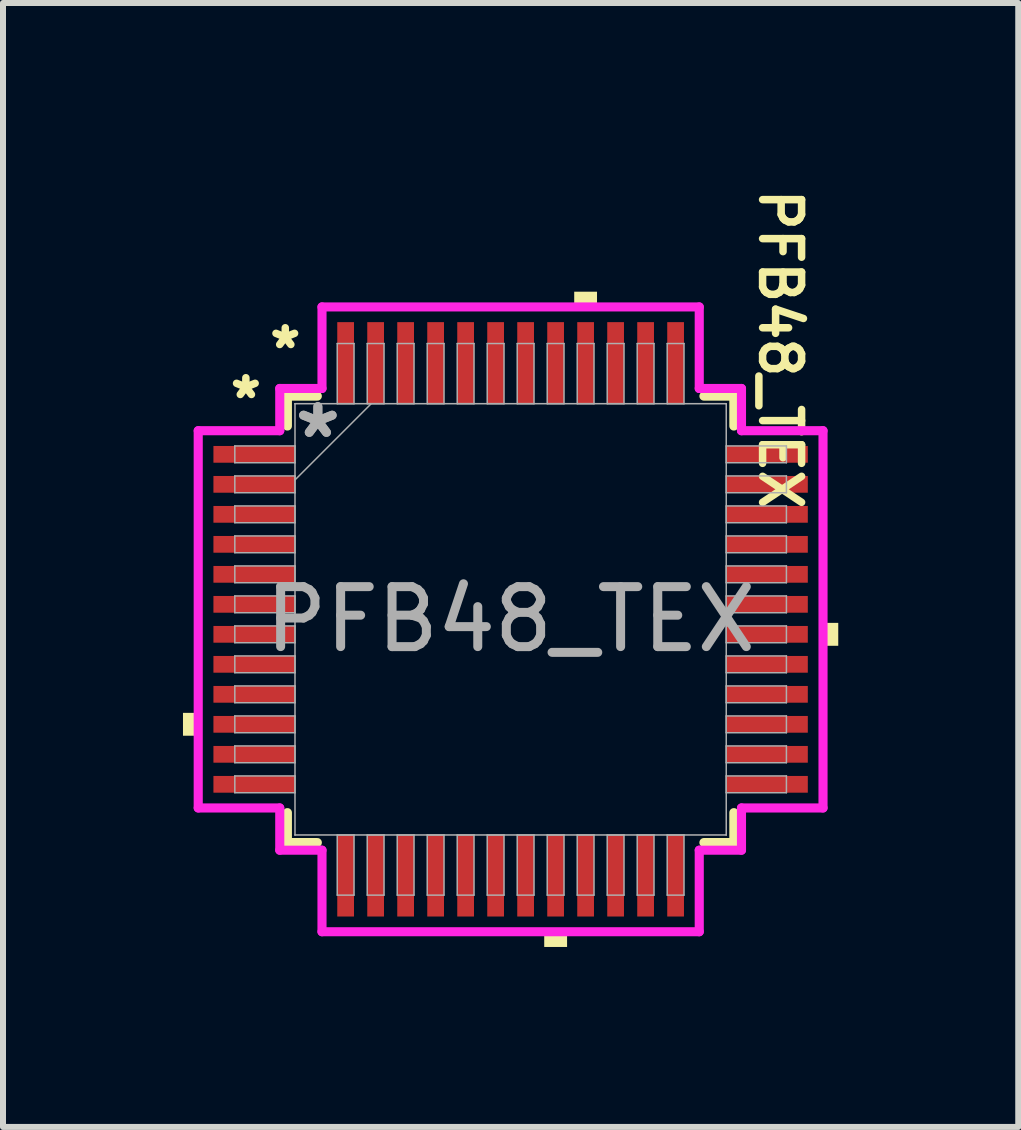
<source format=kicad_pcb>
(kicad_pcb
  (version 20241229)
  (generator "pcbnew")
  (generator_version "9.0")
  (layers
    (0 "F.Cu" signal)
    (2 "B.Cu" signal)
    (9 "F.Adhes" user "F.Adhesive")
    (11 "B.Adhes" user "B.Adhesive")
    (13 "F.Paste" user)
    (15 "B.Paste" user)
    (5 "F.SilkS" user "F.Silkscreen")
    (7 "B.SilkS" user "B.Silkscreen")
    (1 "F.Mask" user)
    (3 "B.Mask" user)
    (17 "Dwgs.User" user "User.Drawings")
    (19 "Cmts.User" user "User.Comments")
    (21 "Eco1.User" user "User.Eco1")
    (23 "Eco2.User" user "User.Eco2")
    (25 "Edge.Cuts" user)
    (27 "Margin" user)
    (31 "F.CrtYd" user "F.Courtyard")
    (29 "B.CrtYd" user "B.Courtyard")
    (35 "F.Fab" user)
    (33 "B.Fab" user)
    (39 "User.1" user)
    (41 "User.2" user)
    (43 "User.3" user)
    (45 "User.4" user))
  (footprint "PFB48_TEX"
    (layer "F.Cu")
    (at 5.461 7.273)
    (property "Reference" "PFB48_TEX" (at 4.494 -4.504 270) (unlocked yes) (layer "F.SilkS") (effects (font (size 0.65 0.65) (thickness 0.125))))
    (attr smd)
    (fp_line (start -3.721 -3.721) (end -3.721 -3.222) (stroke (width 0.152) (type solid)) (layer "F.SilkS"))
    (fp_line (start -3.721 3.222) (end -3.721 3.721) (stroke (width 0.152) (type solid)) (layer "F.SilkS"))
    (fp_line (start -3.721 3.721) (end -3.222 3.721) (stroke (width 0.152) (type solid)) (layer "F.SilkS"))
    (fp_line (start -3.222 -3.721) (end -3.721 -3.721) (stroke (width 0.152) (type solid)) (layer "F.SilkS"))
    (fp_line (start 3.222 3.721) (end 3.721 3.721) (stroke (width 0.152) (type solid)) (layer "F.SilkS"))
    (fp_line (start 3.721 -3.721) (end 3.222 -3.721) (stroke (width 0.152) (type solid)) (layer "F.SilkS"))
    (fp_line (start 3.721 -3.222) (end 3.721 -3.721) (stroke (width 0.152) (type solid)) (layer "F.SilkS"))
    (fp_line (start 3.721 3.721) (end 3.721 3.222) (stroke (width 0.152) (type solid)) (layer "F.SilkS"))
    (fp_poly (pts (xy -5.461 1.559) (xy -5.461 1.94) (xy -5.207 1.94) (xy -5.207 1.559)) (stroke (width 0) (type solid)) (fill yes) (layer "F.SilkS"))
    (fp_poly (pts (xy 0.56 5.207) (xy 0.56 5.461) (xy 0.941 5.461) (xy 0.941 5.207)) (stroke (width 0) (type solid)) (fill yes) (layer "F.SilkS"))
    (fp_poly (pts (xy 1.06 -5.207) (xy 1.06 -5.461) (xy 1.44 -5.461) (xy 1.44 -5.207)) (stroke (width 0) (type solid)) (fill yes) (layer "F.SilkS"))
    (fp_poly (pts (xy 5.461 0.059) (xy 5.461 0.441) (xy 5.207 0.441) (xy 5.207 0.059)) (stroke (width 0) (type solid)) (fill yes) (layer "F.SilkS"))
    (fp_line (start -5.207 -3.144) (end -3.848 -3.144) (stroke (width 0.152) (type solid)) (layer "F.CrtYd"))
    (fp_line (start -5.207 3.144) (end -5.207 -3.144) (stroke (width 0.152) (type solid)) (layer "F.CrtYd"))
    (fp_line (start -3.848 -3.848) (end -3.144 -3.848) (stroke (width 0.152) (type solid)) (layer "F.CrtYd"))
    (fp_line (start -3.848 -3.144) (end -3.848 -3.848) (stroke (width 0.152) (type solid)) (layer "F.CrtYd"))
    (fp_line (start -3.848 3.144) (end -5.207 3.144) (stroke (width 0.152) (type solid)) (layer "F.CrtYd"))
    (fp_line (start -3.848 3.848) (end -3.848 3.144) (stroke (width 0.152) (type solid)) (layer "F.CrtYd"))
    (fp_line (start -3.848 3.848) (end -3.144 3.848) (stroke (width 0.152) (type solid)) (layer "F.CrtYd"))
    (fp_line (start -3.144 -5.207) (end 3.144 -5.207) (stroke (width 0.152) (type solid)) (layer "F.CrtYd"))
    (fp_line (start -3.144 -3.848) (end -3.144 -5.207) (stroke (width 0.152) (type solid)) (layer "F.CrtYd"))
    (fp_line (start -3.144 3.848) (end -3.144 5.207) (stroke (width 0.152) (type solid)) (layer "F.CrtYd"))
    (fp_line (start -3.144 5.207) (end 3.144 5.207) (stroke (width 0.152) (type solid)) (layer "F.CrtYd"))
    (fp_line (start 3.144 -5.207) (end 3.144 -3.848) (stroke (width 0.152) (type solid)) (layer "F.CrtYd"))
    (fp_line (start 3.144 -3.848) (end 3.848 -3.848) (stroke (width 0.152) (type solid)) (layer "F.CrtYd"))
    (fp_line (start 3.144 3.848) (end 3.848 3.848) (stroke (width 0.152) (type solid)) (layer "F.CrtYd"))
    (fp_line (start 3.144 5.207) (end 3.144 3.848) (stroke (width 0.152) (type solid)) (layer "F.CrtYd"))
    (fp_line (start 3.848 -3.144) (end 3.848 -3.848) (stroke (width 0.152) (type solid)) (layer "F.CrtYd"))
    (fp_line (start 3.848 3.144) (end 5.207 3.144) (stroke (width 0.152) (type solid)) (layer "F.CrtYd"))
    (fp_line (start 3.848 3.848) (end 3.848 3.144) (stroke (width 0.152) (type solid)) (layer "F.CrtYd"))
    (fp_line (start 5.207 -3.144) (end 3.848 -3.144) (stroke (width 0.152) (type solid)) (layer "F.CrtYd"))
    (fp_line (start 5.207 3.144) (end 5.207 -3.144) (stroke (width 0.152) (type solid)) (layer "F.CrtYd"))
    (fp_line (start -4.597 -2.89) (end -4.597 -2.61) (stroke (width 0.025) (type solid)) (layer "F.Fab"))
    (fp_line (start -4.597 -2.61) (end -3.594 -2.61) (stroke (width 0.025) (type solid)) (layer "F.Fab"))
    (fp_line (start -4.597 -2.39) (end -4.597 -2.11) (stroke (width 0.025) (type solid)) (layer "F.Fab"))
    (fp_line (start -4.597 -2.11) (end -3.594 -2.11) (stroke (width 0.025) (type solid)) (layer "F.Fab"))
    (fp_line (start -4.597 -1.89) (end -4.597 -1.61) (stroke (width 0.025) (type solid)) (layer "F.Fab"))
    (fp_line (start -4.597 -1.61) (end -3.594 -1.61) (stroke (width 0.025) (type solid)) (layer "F.Fab"))
    (fp_line (start -4.597 -1.39) (end -4.597 -1.11) (stroke (width 0.025) (type solid)) (layer "F.Fab"))
    (fp_line (start -4.597 -1.11) (end -3.594 -1.11) (stroke (width 0.025) (type solid)) (layer "F.Fab"))
    (fp_line (start -4.597 -0.89) (end -4.597 -0.61) (stroke (width 0.025) (type solid)) (layer "F.Fab"))
    (fp_line (start -4.597 -0.61) (end -3.594 -0.61) (stroke (width 0.025) (type solid)) (layer "F.Fab"))
    (fp_line (start -4.597 -0.39) (end -4.597 -0.11) (stroke (width 0.025) (type solid)) (layer "F.Fab"))
    (fp_line (start -4.597 -0.11) (end -3.594 -0.11) (stroke (width 0.025) (type solid)) (layer "F.Fab"))
    (fp_line (start -4.597 0.11) (end -4.597 0.39) (stroke (width 0.025) (type solid)) (layer "F.Fab"))
    (fp_line (start -4.597 0.39) (end -3.594 0.39) (stroke (width 0.025) (type solid)) (layer "F.Fab"))
    (fp_line (start -4.597 0.61) (end -4.597 0.89) (stroke (width 0.025) (type solid)) (layer "F.Fab"))
    (fp_line (start -4.597 0.89) (end -3.594 0.89) (stroke (width 0.025) (type solid)) (layer "F.Fab"))
    (fp_line (start -4.597 1.11) (end -4.597 1.39) (stroke (width 0.025) (type solid)) (layer "F.Fab"))
    (fp_line (start -4.597 1.39) (end -3.594 1.39) (stroke (width 0.025) (type solid)) (layer "F.Fab"))
    (fp_line (start -4.597 1.61) (end -4.597 1.89) (stroke (width 0.025) (type solid)) (layer "F.Fab"))
    (fp_line (start -4.597 1.89) (end -3.594 1.89) (stroke (width 0.025) (type solid)) (layer "F.Fab"))
    (fp_line (start -4.597 2.11) (end -4.597 2.39) (stroke (width 0.025) (type solid)) (layer "F.Fab"))
    (fp_line (start -4.597 2.39) (end -3.594 2.39) (stroke (width 0.025) (type solid)) (layer "F.Fab"))
    (fp_line (start -4.597 2.61) (end -4.597 2.89) (stroke (width 0.025) (type solid)) (layer "F.Fab"))
    (fp_line (start -4.597 2.89) (end -3.594 2.89) (stroke (width 0.025) (type solid)) (layer "F.Fab"))
    (fp_line (start -3.594 -3.594) (end -3.594 -3.594) (stroke (width 0.025) (type solid)) (layer "F.Fab"))
    (fp_line (start -3.594 -3.594) (end -3.594 3.594) (stroke (width 0.025) (type solid)) (layer "F.Fab"))
    (fp_line (start -3.594 -2.89) (end -4.597 -2.89) (stroke (width 0.025) (type solid)) (layer "F.Fab"))
    (fp_line (start -3.594 -2.61) (end -3.594 -2.89) (stroke (width 0.025) (type solid)) (layer "F.Fab"))
    (fp_line (start -3.594 -2.39) (end -4.597 -2.39) (stroke (width 0.025) (type solid)) (layer "F.Fab"))
    (fp_line (start -3.594 -2.324) (end -2.324 -3.594) (stroke (width 0.025) (type solid)) (layer "F.Fab"))
    (fp_line (start -3.594 -2.11) (end -3.594 -2.39) (stroke (width 0.025) (type solid)) (layer "F.Fab"))
    (fp_line (start -3.594 -1.89) (end -4.597 -1.89) (stroke (width 0.025) (type solid)) (layer "F.Fab"))
    (fp_line (start -3.594 -1.61) (end -3.594 -1.89) (stroke (width 0.025) (type solid)) (layer "F.Fab"))
    (fp_line (start -3.594 -1.39) (end -4.597 -1.39) (stroke (width 0.025) (type solid)) (layer "F.Fab"))
    (fp_line (start -3.594 -1.11) (end -3.594 -1.39) (stroke (width 0.025) (type solid)) (layer "F.Fab"))
    (fp_line (start -3.594 -0.89) (end -4.597 -0.89) (stroke (width 0.025) (type solid)) (layer "F.Fab"))
    (fp_line (start -3.594 -0.61) (end -3.594 -0.89) (stroke (width 0.025) (type solid)) (layer "F.Fab"))
    (fp_line (start -3.594 -0.39) (end -4.597 -0.39) (stroke (width 0.025) (type solid)) (layer "F.Fab"))
    (fp_line (start -3.594 -0.11) (end -3.594 -0.39) (stroke (width 0.025) (type solid)) (layer "F.Fab"))
    (fp_line (start -3.594 0.11) (end -4.597 0.11) (stroke (width 0.025) (type solid)) (layer "F.Fab"))
    (fp_line (start -3.594 0.39) (end -3.594 0.11) (stroke (width 0.025) (type solid)) (layer "F.Fab"))
    (fp_line (start -3.594 0.61) (end -4.597 0.61) (stroke (width 0.025) (type solid)) (layer "F.Fab"))
    (fp_line (start -3.594 0.89) (end -3.594 0.61) (stroke (width 0.025) (type solid)) (layer "F.Fab"))
    (fp_line (start -3.594 1.11) (end -4.597 1.11) (stroke (width 0.025) (type solid)) (layer "F.Fab"))
    (fp_line (start -3.594 1.39) (end -3.594 1.11) (stroke (width 0.025) (type solid)) (layer "F.Fab"))
    (fp_line (start -3.594 1.61) (end -4.597 1.61) (stroke (width 0.025) (type solid)) (layer "F.Fab"))
    (fp_line (start -3.594 1.89) (end -3.594 1.61) (stroke (width 0.025) (type solid)) (layer "F.Fab"))
    (fp_line (start -3.594 2.11) (end -4.597 2.11) (stroke (width 0.025) (type solid)) (layer "F.Fab"))
    (fp_line (start -3.594 2.39) (end -3.594 2.11) (stroke (width 0.025) (type solid)) (layer "F.Fab"))
    (fp_line (start -3.594 2.61) (end -4.597 2.61) (stroke (width 0.025) (type solid)) (layer "F.Fab"))
    (fp_line (start -3.594 2.89) (end -3.594 2.61) (stroke (width 0.025) (type solid)) (layer "F.Fab"))
    (fp_line (start -3.594 3.594) (end -3.594 3.594) (stroke (width 0.025) (type solid)) (layer "F.Fab"))
    (fp_line (start -3.594 3.594) (end 3.594 3.594) (stroke (width 0.025) (type solid)) (layer "F.Fab"))
    (fp_line (start -2.89 -4.597) (end -2.89 -3.594) (stroke (width 0.025) (type solid)) (layer "F.Fab"))
    (fp_line (start -2.89 -3.594) (end -2.61 -3.594) (stroke (width 0.025) (type solid)) (layer "F.Fab"))
    (fp_line (start -2.89 3.594) (end -2.89 4.597) (stroke (width 0.025) (type solid)) (layer "F.Fab"))
    (fp_line (start -2.89 4.597) (end -2.61 4.597) (stroke (width 0.025) (type solid)) (layer "F.Fab"))
    (fp_line (start -2.61 -4.597) (end -2.89 -4.597) (stroke (width 0.025) (type solid)) (layer "F.Fab"))
    (fp_line (start -2.61 -3.594) (end -2.61 -4.597) (stroke (width 0.025) (type solid)) (layer "F.Fab"))
    (fp_line (start -2.61 3.594) (end -2.89 3.594) (stroke (width 0.025) (type solid)) (layer "F.Fab"))
    (fp_line (start -2.61 4.597) (end -2.61 3.594) (stroke (width 0.025) (type solid)) (layer "F.Fab"))
    (fp_line (start -2.39 -4.597) (end -2.39 -3.594) (stroke (width 0.025) (type solid)) (layer "F.Fab"))
    (fp_line (start -2.39 -3.594) (end -2.11 -3.594) (stroke (width 0.025) (type solid)) (layer "F.Fab"))
    (fp_line (start -2.39 3.594) (end -2.39 4.597) (stroke (width 0.025) (type solid)) (layer "F.Fab"))
    (fp_line (start -2.39 4.597) (end -2.11 4.597) (stroke (width 0.025) (type solid)) (layer "F.Fab"))
    (fp_line (start -2.11 -4.597) (end -2.39 -4.597) (stroke (width 0.025) (type solid)) (layer "F.Fab"))
    (fp_line (start -2.11 -3.594) (end -2.11 -4.597) (stroke (width 0.025) (type solid)) (layer "F.Fab"))
    (fp_line (start -2.11 3.594) (end -2.39 3.594) (stroke (width 0.025) (type solid)) (layer "F.Fab"))
    (fp_line (start -2.11 4.597) (end -2.11 3.594) (stroke (width 0.025) (type solid)) (layer "F.Fab"))
    (fp_line (start -1.89 -4.597) (end -1.89 -3.594) (stroke (width 0.025) (type solid)) (layer "F.Fab"))
    (fp_line (start -1.89 -3.594) (end -1.61 -3.594) (stroke (width 0.025) (type solid)) (layer "F.Fab"))
    (fp_line (start -1.89 3.594) (end -1.89 4.597) (stroke (width 0.025) (type solid)) (layer "F.Fab"))
    (fp_line (start -1.89 4.597) (end -1.61 4.597) (stroke (width 0.025) (type solid)) (layer "F.Fab"))
    (fp_line (start -1.61 -4.597) (end -1.89 -4.597) (stroke (width 0.025) (type solid)) (layer "F.Fab"))
    (fp_line (start -1.61 -3.594) (end -1.61 -4.597) (stroke (width 0.025) (type solid)) (layer "F.Fab"))
    (fp_line (start -1.61 3.594) (end -1.89 3.594) (stroke (width 0.025) (type solid)) (layer "F.Fab"))
    (fp_line (start -1.61 4.597) (end -1.61 3.594) (stroke (width 0.025) (type solid)) (layer "F.Fab"))
    (fp_line (start -1.39 -4.597) (end -1.39 -3.594) (stroke (width 0.025) (type solid)) (layer "F.Fab"))
    (fp_line (start -1.39 -3.594) (end -1.11 -3.594) (stroke (width 0.025) (type solid)) (layer "F.Fab"))
    (fp_line (start -1.39 3.594) (end -1.39 4.597) (stroke (width 0.025) (type solid)) (layer "F.Fab"))
    (fp_line (start -1.39 4.597) (end -1.11 4.597) (stroke (width 0.025) (type solid)) (layer "F.Fab"))
    (fp_line (start -1.11 -4.597) (end -1.39 -4.597) (stroke (width 0.025) (type solid)) (layer "F.Fab"))
    (fp_line (start -1.11 -3.594) (end -1.11 -4.597) (stroke (width 0.025) (type solid)) (layer "F.Fab"))
    (fp_line (start -1.11 3.594) (end -1.39 3.594) (stroke (width 0.025) (type solid)) (layer "F.Fab"))
    (fp_line (start -1.11 4.597) (end -1.11 3.594) (stroke (width 0.025) (type solid)) (layer "F.Fab"))
    (fp_line (start -0.89 -4.597) (end -0.89 -3.594) (stroke (width 0.025) (type solid)) (layer "F.Fab"))
    (fp_line (start -0.89 -3.594) (end -0.61 -3.594) (stroke (width 0.025) (type solid)) (layer "F.Fab"))
    (fp_line (start -0.89 3.594) (end -0.89 4.597) (stroke (width 0.025) (type solid)) (layer "F.Fab"))
    (fp_line (start -0.89 4.597) (end -0.61 4.597) (stroke (width 0.025) (type solid)) (layer "F.Fab"))
    (fp_line (start -0.61 -4.597) (end -0.89 -4.597) (stroke (width 0.025) (type solid)) (layer "F.Fab"))
    (fp_line (start -0.61 -3.594) (end -0.61 -4.597) (stroke (width 0.025) (type solid)) (layer "F.Fab"))
    (fp_line (start -0.61 3.594) (end -0.89 3.594) (stroke (width 0.025) (type solid)) (layer "F.Fab"))
    (fp_line (start -0.61 4.597) (end -0.61 3.594) (stroke (width 0.025) (type solid)) (layer "F.Fab"))
    (fp_line (start -0.39 -4.597) (end -0.39 -3.594) (stroke (width 0.025) (type solid)) (layer "F.Fab"))
    (fp_line (start -0.39 -3.594) (end -0.11 -3.594) (stroke (width 0.025) (type solid)) (layer "F.Fab"))
    (fp_line (start -0.39 3.594) (end -0.39 4.597) (stroke (width 0.025) (type solid)) (layer "F.Fab"))
    (fp_line (start -0.39 4.597) (end -0.11 4.597) (stroke (width 0.025) (type solid)) (layer "F.Fab"))
    (fp_line (start -0.11 -4.597) (end -0.39 -4.597) (stroke (width 0.025) (type solid)) (layer "F.Fab"))
    (fp_line (start -0.11 -3.594) (end -0.11 -4.597) (stroke (width 0.025) (type solid)) (layer "F.Fab"))
    (fp_line (start -0.11 3.594) (end -0.39 3.594) (stroke (width 0.025) (type solid)) (layer "F.Fab"))
    (fp_line (start -0.11 4.597) (end -0.11 3.594) (stroke (width 0.025) (type solid)) (layer "F.Fab"))
    (fp_line (start 0.11 -4.597) (end 0.11 -3.594) (stroke (width 0.025) (type solid)) (layer "F.Fab"))
    (fp_line (start 0.11 -3.594) (end 0.39 -3.594) (stroke (width 0.025) (type solid)) (layer "F.Fab"))
    (fp_line (start 0.11 3.594) (end 0.11 4.597) (stroke (width 0.025) (type solid)) (layer "F.Fab"))
    (fp_line (start 0.11 4.597) (end 0.39 4.597) (stroke (width 0.025) (type solid)) (layer "F.Fab"))
    (fp_line (start 0.39 -4.597) (end 0.11 -4.597) (stroke (width 0.025) (type solid)) (layer "F.Fab"))
    (fp_line (start 0.39 -3.594) (end 0.39 -4.597) (stroke (width 0.025) (type solid)) (layer "F.Fab"))
    (fp_line (start 0.39 3.594) (end 0.11 3.594) (stroke (width 0.025) (type solid)) (layer "F.Fab"))
    (fp_line (start 0.39 4.597) (end 0.39 3.594) (stroke (width 0.025) (type solid)) (layer "F.Fab"))
    (fp_line (start 0.61 -4.597) (end 0.61 -3.594) (stroke (width 0.025) (type solid)) (layer "F.Fab"))
    (fp_line (start 0.61 -3.594) (end 0.89 -3.594) (stroke (width 0.025) (type solid)) (layer "F.Fab"))
    (fp_line (start 0.61 3.594) (end 0.61 4.597) (stroke (width 0.025) (type solid)) (layer "F.Fab"))
    (fp_line (start 0.61 4.597) (end 0.89 4.597) (stroke (width 0.025) (type solid)) (layer "F.Fab"))
    (fp_line (start 0.89 -4.597) (end 0.61 -4.597) (stroke (width 0.025) (type solid)) (layer "F.Fab"))
    (fp_line (start 0.89 -3.594) (end 0.89 -4.597) (stroke (width 0.025) (type solid)) (layer "F.Fab"))
    (fp_line (start 0.89 3.594) (end 0.61 3.594) (stroke (width 0.025) (type solid)) (layer "F.Fab"))
    (fp_line (start 0.89 4.597) (end 0.89 3.594) (stroke (width 0.025) (type solid)) (layer "F.Fab"))
    (fp_line (start 1.11 -4.597) (end 1.11 -3.594) (stroke (width 0.025) (type solid)) (layer "F.Fab"))
    (fp_line (start 1.11 -3.594) (end 1.39 -3.594) (stroke (width 0.025) (type solid)) (layer "F.Fab"))
    (fp_line (start 1.11 3.594) (end 1.11 4.597) (stroke (width 0.025) (type solid)) (layer "F.Fab"))
    (fp_line (start 1.11 4.597) (end 1.39 4.597) (stroke (width 0.025) (type solid)) (layer "F.Fab"))
    (fp_line (start 1.39 -4.597) (end 1.11 -4.597) (stroke (width 0.025) (type solid)) (layer "F.Fab"))
    (fp_line (start 1.39 -3.594) (end 1.39 -4.597) (stroke (width 0.025) (type solid)) (layer "F.Fab"))
    (fp_line (start 1.39 3.594) (end 1.11 3.594) (stroke (width 0.025) (type solid)) (layer "F.Fab"))
    (fp_line (start 1.39 4.597) (end 1.39 3.594) (stroke (width 0.025) (type solid)) (layer "F.Fab"))
    (fp_line (start 1.61 -4.597) (end 1.61 -3.594) (stroke (width 0.025) (type solid)) (layer "F.Fab"))
    (fp_line (start 1.61 -3.594) (end 1.89 -3.594) (stroke (width 0.025) (type solid)) (layer "F.Fab"))
    (fp_line (start 1.61 3.594) (end 1.61 4.597) (stroke (width 0.025) (type solid)) (layer "F.Fab"))
    (fp_line (start 1.61 4.597) (end 1.89 4.597) (stroke (width 0.025) (type solid)) (layer "F.Fab"))
    (fp_line (start 1.89 -4.597) (end 1.61 -4.597) (stroke (width 0.025) (type solid)) (layer "F.Fab"))
    (fp_line (start 1.89 -3.594) (end 1.89 -4.597) (stroke (width 0.025) (type solid)) (layer "F.Fab"))
    (fp_line (start 1.89 3.594) (end 1.61 3.594) (stroke (width 0.025) (type solid)) (layer "F.Fab"))
    (fp_line (start 1.89 4.597) (end 1.89 3.594) (stroke (width 0.025) (type solid)) (layer "F.Fab"))
    (fp_line (start 2.11 -4.597) (end 2.11 -3.594) (stroke (width 0.025) (type solid)) (layer "F.Fab"))
    (fp_line (start 2.11 -3.594) (end 2.39 -3.594) (stroke (width 0.025) (type solid)) (layer "F.Fab"))
    (fp_line (start 2.11 3.594) (end 2.11 4.597) (stroke (width 0.025) (type solid)) (layer "F.Fab"))
    (fp_line (start 2.11 4.597) (end 2.39 4.597) (stroke (width 0.025) (type solid)) (layer "F.Fab"))
    (fp_line (start 2.39 -4.597) (end 2.11 -4.597) (stroke (width 0.025) (type solid)) (layer "F.Fab"))
    (fp_line (start 2.39 -3.594) (end 2.39 -4.597) (stroke (width 0.025) (type solid)) (layer "F.Fab"))
    (fp_line (start 2.39 3.594) (end 2.11 3.594) (stroke (width 0.025) (type solid)) (layer "F.Fab"))
    (fp_line (start 2.39 4.597) (end 2.39 3.594) (stroke (width 0.025) (type solid)) (layer "F.Fab"))
    (fp_line (start 2.61 -4.597) (end 2.61 -3.594) (stroke (width 0.025) (type solid)) (layer "F.Fab"))
    (fp_line (start 2.61 -3.594) (end 2.89 -3.594) (stroke (width 0.025) (type solid)) (layer "F.Fab"))
    (fp_line (start 2.61 3.594) (end 2.61 4.597) (stroke (width 0.025) (type solid)) (layer "F.Fab"))
    (fp_line (start 2.61 4.597) (end 2.89 4.597) (stroke (width 0.025) (type solid)) (layer "F.Fab"))
    (fp_line (start 2.89 -4.597) (end 2.61 -4.597) (stroke (width 0.025) (type solid)) (layer "F.Fab"))
    (fp_line (start 2.89 -3.594) (end 2.89 -4.597) (stroke (width 0.025) (type solid)) (layer "F.Fab"))
    (fp_line (start 2.89 3.594) (end 2.61 3.594) (stroke (width 0.025) (type solid)) (layer "F.Fab"))
    (fp_line (start 2.89 4.597) (end 2.89 3.594) (stroke (width 0.025) (type solid)) (layer "F.Fab"))
    (fp_line (start 3.594 -3.594) (end -3.594 -3.594) (stroke (width 0.025) (type solid)) (layer "F.Fab"))
    (fp_line (start 3.594 -3.594) (end 3.594 -3.594) (stroke (width 0.025) (type solid)) (layer "F.Fab"))
    (fp_line (start 3.594 -2.89) (end 3.594 -2.61) (stroke (width 0.025) (type solid)) (layer "F.Fab"))
    (fp_line (start 3.594 -2.61) (end 4.597 -2.61) (stroke (width 0.025) (type solid)) (layer "F.Fab"))
    (fp_line (start 3.594 -2.39) (end 3.594 -2.11) (stroke (width 0.025) (type solid)) (layer "F.Fab"))
    (fp_line (start 3.594 -2.11) (end 4.597 -2.11) (stroke (width 0.025) (type solid)) (layer "F.Fab"))
    (fp_line (start 3.594 -1.89) (end 3.594 -1.61) (stroke (width 0.025) (type solid)) (layer "F.Fab"))
    (fp_line (start 3.594 -1.61) (end 4.597 -1.61) (stroke (width 0.025) (type solid)) (layer "F.Fab"))
    (fp_line (start 3.594 -1.39) (end 3.594 -1.11) (stroke (width 0.025) (type solid)) (layer "F.Fab"))
    (fp_line (start 3.594 -1.11) (end 4.597 -1.11) (stroke (width 0.025) (type solid)) (layer "F.Fab"))
    (fp_line (start 3.594 -0.89) (end 3.594 -0.61) (stroke (width 0.025) (type solid)) (layer "F.Fab"))
    (fp_line (start 3.594 -0.61) (end 4.597 -0.61) (stroke (width 0.025) (type solid)) (layer "F.Fab"))
    (fp_line (start 3.594 -0.39) (end 3.594 -0.11) (stroke (width 0.025) (type solid)) (layer "F.Fab"))
    (fp_line (start 3.594 -0.11) (end 4.597 -0.11) (stroke (width 0.025) (type solid)) (layer "F.Fab"))
    (fp_line (start 3.594 0.11) (end 3.594 0.39) (stroke (width 0.025) (type solid)) (layer "F.Fab"))
    (fp_line (start 3.594 0.39) (end 4.597 0.39) (stroke (width 0.025) (type solid)) (layer "F.Fab"))
    (fp_line (start 3.594 0.61) (end 3.594 0.89) (stroke (width 0.025) (type solid)) (layer "F.Fab"))
    (fp_line (start 3.594 0.89) (end 4.597 0.89) (stroke (width 0.025) (type solid)) (layer "F.Fab"))
    (fp_line (start 3.594 1.11) (end 3.594 1.39) (stroke (width 0.025) (type solid)) (layer "F.Fab"))
    (fp_line (start 3.594 1.39) (end 4.597 1.39) (stroke (width 0.025) (type solid)) (layer "F.Fab"))
    (fp_line (start 3.594 1.61) (end 3.594 1.89) (stroke (width 0.025) (type solid)) (layer "F.Fab"))
    (fp_line (start 3.594 1.89) (end 4.597 1.89) (stroke (width 0.025) (type solid)) (layer "F.Fab"))
    (fp_line (start 3.594 2.11) (end 3.594 2.39) (stroke (width 0.025) (type solid)) (layer "F.Fab"))
    (fp_line (start 3.594 2.39) (end 4.597 2.39) (stroke (width 0.025) (type solid)) (layer "F.Fab"))
    (fp_line (start 3.594 2.61) (end 3.594 2.89) (stroke (width 0.025) (type solid)) (layer "F.Fab"))
    (fp_line (start 3.594 2.89) (end 4.597 2.89) (stroke (width 0.025) (type solid)) (layer "F.Fab"))
    (fp_line (start 3.594 3.594) (end 3.594 -3.594) (stroke (width 0.025) (type solid)) (layer "F.Fab"))
    (fp_line (start 3.594 3.594) (end 3.594 3.594) (stroke (width 0.025) (type solid)) (layer "F.Fab"))
    (fp_line (start 4.597 -2.89) (end 3.594 -2.89) (stroke (width 0.025) (type solid)) (layer "F.Fab"))
    (fp_line (start 4.597 -2.61) (end 4.597 -2.89) (stroke (width 0.025) (type solid)) (layer "F.Fab"))
    (fp_line (start 4.597 -2.39) (end 3.594 -2.39) (stroke (width 0.025) (type solid)) (layer "F.Fab"))
    (fp_line (start 4.597 -2.11) (end 4.597 -2.39) (stroke (width 0.025) (type solid)) (layer "F.Fab"))
    (fp_line (start 4.597 -1.89) (end 3.594 -1.89) (stroke (width 0.025) (type solid)) (layer "F.Fab"))
    (fp_line (start 4.597 -1.61) (end 4.597 -1.89) (stroke (width 0.025) (type solid)) (layer "F.Fab"))
    (fp_line (start 4.597 -1.39) (end 3.594 -1.39) (stroke (width 0.025) (type solid)) (layer "F.Fab"))
    (fp_line (start 4.597 -1.11) (end 4.597 -1.39) (stroke (width 0.025) (type solid)) (layer "F.Fab"))
    (fp_line (start 4.597 -0.89) (end 3.594 -0.89) (stroke (width 0.025) (type solid)) (layer "F.Fab"))
    (fp_line (start 4.597 -0.61) (end 4.597 -0.89) (stroke (width 0.025) (type solid)) (layer "F.Fab"))
    (fp_line (start 4.597 -0.39) (end 3.594 -0.39) (stroke (width 0.025) (type solid)) (layer "F.Fab"))
    (fp_line (start 4.597 -0.11) (end 4.597 -0.39) (stroke (width 0.025) (type solid)) (layer "F.Fab"))
    (fp_line (start 4.597 0.11) (end 3.594 0.11) (stroke (width 0.025) (type solid)) (layer "F.Fab"))
    (fp_line (start 4.597 0.39) (end 4.597 0.11) (stroke (width 0.025) (type solid)) (layer "F.Fab"))
    (fp_line (start 4.597 0.61) (end 3.594 0.61) (stroke (width 0.025) (type solid)) (layer "F.Fab"))
    (fp_line (start 4.597 0.89) (end 4.597 0.61) (stroke (width 0.025) (type solid)) (layer "F.Fab"))
    (fp_line (start 4.597 1.11) (end 3.594 1.11) (stroke (width 0.025) (type solid)) (layer "F.Fab"))
    (fp_line (start 4.597 1.39) (end 4.597 1.11) (stroke (width 0.025) (type solid)) (layer "F.Fab"))
    (fp_line (start 4.597 1.61) (end 3.594 1.61) (stroke (width 0.025) (type solid)) (layer "F.Fab"))
    (fp_line (start 4.597 1.89) (end 4.597 1.61) (stroke (width 0.025) (type solid)) (layer "F.Fab"))
    (fp_line (start 4.597 2.11) (end 3.594 2.11) (stroke (width 0.025) (type solid)) (layer "F.Fab"))
    (fp_line (start 4.597 2.39) (end 4.597 2.11) (stroke (width 0.025) (type solid)) (layer "F.Fab"))
    (fp_line (start 4.597 2.61) (end 3.594 2.61) (stroke (width 0.025) (type solid)) (layer "F.Fab"))
    (fp_line (start 4.597 2.89) (end 4.597 2.61) (stroke (width 0.025) (type solid)) (layer "F.Fab"))
    (fp_text user "*" (at -3.756 -4.504 0) (layer "F.SilkS") (effects (font (size 0.65 0.65) (thickness 0.125))))
    (fp_text user "*" (at -4.413 -3.671 0) (unlocked yes) (layer "F.SilkS") (effects (font (size 0.65 0.65) (thickness 0.125))))
    (fp_text user "*" (at -3.213 -3 0) (layer "F.Fab") (effects (font (size 1 1) (thickness 0.15))))
    (fp_text user "${REFERENCE}" (at 0 0 0) (unlocked yes) (layer "F.Fab") (effects (font (size 1 1) (thickness 0.15))))
    (fp_text user "*" (at -3.213 -3 0) (unlocked yes) (layer "F.Fab") (effects (font (size 1 1) (thickness 0.15))))
    (pad "1" smd rect (at -4.274 -2.75 90) (size 0.279 1.359) (layers "F.Cu" "F.Mask" "F.Paste"))
    (pad "2" smd rect (at -4.274 -2.25 90) (size 0.279 1.359) (layers "F.Cu" "F.Mask" "F.Paste"))
    (pad "3" smd rect (at -4.274 -1.75 90) (size 0.279 1.359) (layers "F.Cu" "F.Mask" "F.Paste"))
    (pad "4" smd rect (at -4.274 -1.25 90) (size 0.279 1.359) (layers "F.Cu" "F.Mask" "F.Paste"))
    (pad "5" smd rect (at -4.274 -0.75 90) (size 0.279 1.359) (layers "F.Cu" "F.Mask" "F.Paste"))
    (pad "6" smd rect (at -4.274 -0.25 90) (size 0.279 1.359) (layers "F.Cu" "F.Mask" "F.Paste"))
    (pad "7" smd rect (at -4.274 0.25 90) (size 0.279 1.359) (layers "F.Cu" "F.Mask" "F.Paste"))
    (pad "8" smd rect (at -4.274 0.75 90) (size 0.279 1.359) (layers "F.Cu" "F.Mask" "F.Paste"))
    (pad "9" smd rect (at -4.274 1.25 90) (size 0.279 1.359) (layers "F.Cu" "F.Mask" "F.Paste"))
    (pad "10" smd rect (at -4.274 1.75 90) (size 0.279 1.359) (layers "F.Cu" "F.Mask" "F.Paste"))
    (pad "11" smd rect (at -4.274 2.25 90) (size 0.279 1.359) (layers "F.Cu" "F.Mask" "F.Paste"))
    (pad "12" smd rect (at -4.274 2.75 90) (size 0.279 1.359) (layers "F.Cu" "F.Mask" "F.Paste"))
    (pad "13" smd rect (at -2.75 4.274) (size 0.279 1.359) (layers "F.Cu" "F.Mask" "F.Paste"))
    (pad "14" smd rect (at -2.25 4.274) (size 0.279 1.359) (layers "F.Cu" "F.Mask" "F.Paste"))
    (pad "15" smd rect (at -1.75 4.274) (size 0.279 1.359) (layers "F.Cu" "F.Mask" "F.Paste"))
    (pad "16" smd rect (at -1.25 4.274) (size 0.279 1.359) (layers "F.Cu" "F.Mask" "F.Paste"))
    (pad "17" smd rect (at -0.75 4.274) (size 0.279 1.359) (layers "F.Cu" "F.Mask" "F.Paste"))
    (pad "18" smd rect (at -0.25 4.274) (size 0.279 1.359) (layers "F.Cu" "F.Mask" "F.Paste"))
    (pad "19" smd rect (at 0.25 4.274) (size 0.279 1.359) (layers "F.Cu" "F.Mask" "F.Paste"))
    (pad "20" smd rect (at 0.75 4.274) (size 0.279 1.359) (layers "F.Cu" "F.Mask" "F.Paste"))
    (pad "21" smd rect (at 1.25 4.274) (size 0.279 1.359) (layers "F.Cu" "F.Mask" "F.Paste"))
    (pad "22" smd rect (at 1.75 4.274) (size 0.279 1.359) (layers "F.Cu" "F.Mask" "F.Paste"))
    (pad "23" smd rect (at 2.25 4.274) (size 0.279 1.359) (layers "F.Cu" "F.Mask" "F.Paste"))
    (pad "24" smd rect (at 2.75 4.274) (size 0.279 1.359) (layers "F.Cu" "F.Mask" "F.Paste"))
    (pad "25" smd rect (at 4.274 2.75 90) (size 0.279 1.359) (layers "F.Cu" "F.Mask" "F.Paste"))
    (pad "26" smd rect (at 4.274 2.25 90) (size 0.279 1.359) (layers "F.Cu" "F.Mask" "F.Paste"))
    (pad "27" smd rect (at 4.274 1.75 90) (size 0.279 1.359) (layers "F.Cu" "F.Mask" "F.Paste"))
    (pad "28" smd rect (at 4.274 1.25 90) (size 0.279 1.359) (layers "F.Cu" "F.Mask" "F.Paste"))
    (pad "29" smd rect (at 4.274 0.75 90) (size 0.279 1.359) (layers "F.Cu" "F.Mask" "F.Paste"))
    (pad "30" smd rect (at 4.274 0.25 90) (size 0.279 1.359) (layers "F.Cu" "F.Mask" "F.Paste"))
    (pad "31" smd rect (at 4.274 -0.25 90) (size 0.279 1.359) (layers "F.Cu" "F.Mask" "F.Paste"))
    (pad "32" smd rect (at 4.274 -0.75 90) (size 0.279 1.359) (layers "F.Cu" "F.Mask" "F.Paste"))
    (pad "33" smd rect (at 4.274 -1.25 90) (size 0.279 1.359) (layers "F.Cu" "F.Mask" "F.Paste"))
    (pad "34" smd rect (at 4.274 -1.75 90) (size 0.279 1.359) (layers "F.Cu" "F.Mask" "F.Paste"))
    (pad "35" smd rect (at 4.274 -2.25 90) (size 0.279 1.359) (layers "F.Cu" "F.Mask" "F.Paste"))
    (pad "36" smd rect (at 4.274 -2.75 90) (size 0.279 1.359) (layers "F.Cu" "F.Mask" "F.Paste"))
    (pad "37" smd rect (at 2.75 -4.274) (size 0.279 1.359) (layers "F.Cu" "F.Mask" "F.Paste"))
    (pad "38" smd rect (at 2.25 -4.274) (size 0.279 1.359) (layers "F.Cu" "F.Mask" "F.Paste"))
    (pad "39" smd rect (at 1.75 -4.274) (size 0.279 1.359) (layers "F.Cu" "F.Mask" "F.Paste"))
    (pad "40" smd rect (at 1.25 -4.274) (size 0.279 1.359) (layers "F.Cu" "F.Mask" "F.Paste"))
    (pad "41" smd rect (at 0.75 -4.274) (size 0.279 1.359) (layers "F.Cu" "F.Mask" "F.Paste"))
    (pad "42" smd rect (at 0.25 -4.274) (size 0.279 1.359) (layers "F.Cu" "F.Mask" "F.Paste"))
    (pad "43" smd rect (at -0.25 -4.274) (size 0.279 1.359) (layers "F.Cu" "F.Mask" "F.Paste"))
    (pad "44" smd rect (at -0.75 -4.274) (size 0.279 1.359) (layers "F.Cu" "F.Mask" "F.Paste"))
    (pad "45" smd rect (at -1.25 -4.274) (size 0.279 1.359) (layers "F.Cu" "F.Mask" "F.Paste"))
    (pad "46" smd rect (at -1.75 -4.274) (size 0.279 1.359) (layers "F.Cu" "F.Mask" "F.Paste"))
    (pad "47" smd rect (at -2.25 -4.274) (size 0.279 1.359) (layers "F.Cu" "F.Mask" "F.Paste"))
    (pad "48" smd rect (at -2.75 -4.274) (size 0.279 1.359) (layers "F.Cu" "F.Mask" "F.Paste")))
  (gr_rect
    (start -3 -3)
    (end 13.922 15.734)
    (stroke (width 0.1) (type default))
    (fill no)
    (layer "Edge.Cuts")))
</source>
